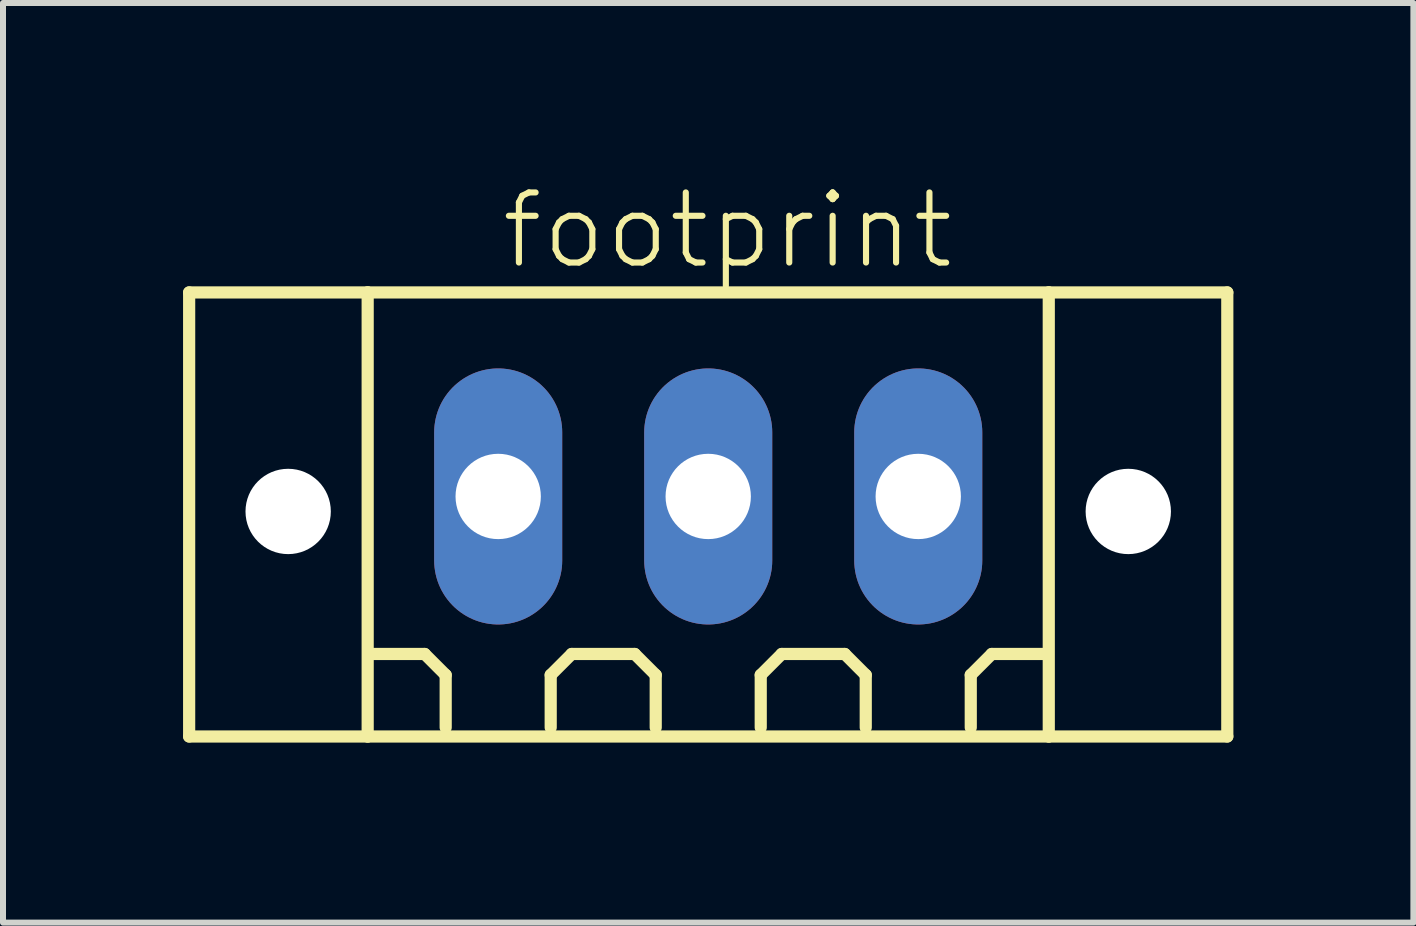
<source format=kicad_pcb>
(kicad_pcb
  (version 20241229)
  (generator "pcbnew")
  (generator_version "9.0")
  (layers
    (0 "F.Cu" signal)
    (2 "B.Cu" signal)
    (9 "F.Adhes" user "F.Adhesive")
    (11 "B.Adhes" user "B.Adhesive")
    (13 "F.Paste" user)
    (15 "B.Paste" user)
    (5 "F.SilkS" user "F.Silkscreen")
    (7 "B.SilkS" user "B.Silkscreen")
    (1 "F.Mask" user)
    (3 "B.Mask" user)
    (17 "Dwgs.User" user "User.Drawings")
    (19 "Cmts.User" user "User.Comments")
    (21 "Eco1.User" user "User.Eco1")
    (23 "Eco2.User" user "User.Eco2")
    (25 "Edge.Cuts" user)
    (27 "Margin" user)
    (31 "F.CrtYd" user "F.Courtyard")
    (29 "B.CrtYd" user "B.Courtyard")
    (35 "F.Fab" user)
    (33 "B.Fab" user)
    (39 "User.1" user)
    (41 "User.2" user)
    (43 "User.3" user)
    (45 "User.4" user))
  (footprint "footprint"
    (layer "F.Cu")
    (at 8.752 5.223)
    (property "Reference" "footprint" (at -3.5 -3.75 0) (layer "F.SilkS") (effects (font (size 1.168 1.168) (thickness 0.102)) (justify left bottom)))
    (fp_line (start -8.65 -3.4) (end -5.675 -3.4) (stroke (width 0.203) (type solid)) (layer "F.SilkS"))
    (fp_line (start -8.65 4) (end -8.65 -3.4) (stroke (width 0.203) (type solid)) (layer "F.SilkS"))
    (fp_line (start -5.675 -3.4) (end 5.675 -3.4) (stroke (width 0.203) (type solid)) (layer "F.SilkS"))
    (fp_line (start -5.675 4) (end -8.65 4) (stroke (width 0.203) (type solid)) (layer "F.SilkS"))
    (fp_line (start -5.675 4) (end -5.675 -3.4) (stroke (width 0.203) (type solid)) (layer "F.SilkS"))
    (fp_line (start -4.725 2.625) (end -5.6 2.625) (stroke (width 0.203) (type solid)) (layer "F.SilkS"))
    (fp_line (start -4.375 2.975) (end -4.725 2.625) (stroke (width 0.203) (type solid)) (layer "F.SilkS"))
    (fp_line (start -4.375 3.85) (end -4.375 2.975) (stroke (width 0.203) (type solid)) (layer "F.SilkS"))
    (fp_line (start -2.625 2.975) (end -2.275 2.625) (stroke (width 0.203) (type solid)) (layer "F.SilkS"))
    (fp_line (start -2.625 3.85) (end -2.625 2.975) (stroke (width 0.203) (type solid)) (layer "F.SilkS"))
    (fp_line (start -2.275 2.625) (end -1.225 2.625) (stroke (width 0.203) (type solid)) (layer "F.SilkS"))
    (fp_line (start -1.225 2.625) (end -0.875 2.975) (stroke (width 0.203) (type solid)) (layer "F.SilkS"))
    (fp_line (start -0.875 2.975) (end -0.875 3.85) (stroke (width 0.203) (type solid)) (layer "F.SilkS"))
    (fp_line (start 0.875 2.975) (end 1.225 2.625) (stroke (width 0.203) (type solid)) (layer "F.SilkS"))
    (fp_line (start 0.875 3.85) (end 0.875 2.975) (stroke (width 0.203) (type solid)) (layer "F.SilkS"))
    (fp_line (start 1.225 2.625) (end 2.275 2.625) (stroke (width 0.203) (type solid)) (layer "F.SilkS"))
    (fp_line (start 2.275 2.625) (end 2.625 2.975) (stroke (width 0.203) (type solid)) (layer "F.SilkS"))
    (fp_line (start 2.625 2.975) (end 2.625 3.85) (stroke (width 0.203) (type solid)) (layer "F.SilkS"))
    (fp_line (start 4.375 2.975) (end 4.725 2.625) (stroke (width 0.203) (type solid)) (layer "F.SilkS"))
    (fp_line (start 4.375 3.85) (end 4.375 2.975) (stroke (width 0.203) (type solid)) (layer "F.SilkS"))
    (fp_line (start 4.725 2.625) (end 5.6 2.625) (stroke (width 0.203) (type solid)) (layer "F.SilkS"))
    (fp_line (start 5.675 -3.4) (end 5.675 4) (stroke (width 0.203) (type solid)) (layer "F.SilkS"))
    (fp_line (start 5.675 -3.4) (end 8.65 -3.4) (stroke (width 0.203) (type solid)) (layer "F.SilkS"))
    (fp_line (start 5.675 4) (end -5.675 4) (stroke (width 0.203) (type solid)) (layer "F.SilkS"))
    (fp_line (start 8.65 -3.4) (end 8.65 4) (stroke (width 0.203) (type solid)) (layer "F.SilkS"))
    (fp_line (start 8.65 4) (end 5.675 4) (stroke (width 0.203) (type solid)) (layer "F.SilkS"))
    (pad "" np_thru_hole circle (at -7 0.25) (size 1.422 1.422) (drill 1.422) (layers "*.Cu" "*.Mask"))
    (pad "" np_thru_hole circle (at 7 0.25) (size 1.422 1.422) (drill 1.422) (layers "*.Cu" "*.Mask"))
    (pad "1" thru_hole oval (at -3.5 0 90) (size 4.267 2.134) (drill 1.422) (layers "*.Cu" "*.Mask"))
    (pad "2" thru_hole oval (at 0 0 90) (size 4.267 2.134) (drill 1.422) (layers "*.Cu" "*.Mask"))
    (pad "3" thru_hole oval (at 3.5 0 90) (size 4.267 2.134) (drill 1.422) (layers "*.Cu" "*.Mask")))
  (gr_rect
    (start -3 -3)
    (end 20.503 12.325)
    (stroke (width 0.1) (type default))
    (fill no)
    (layer "Edge.Cuts")))
</source>
